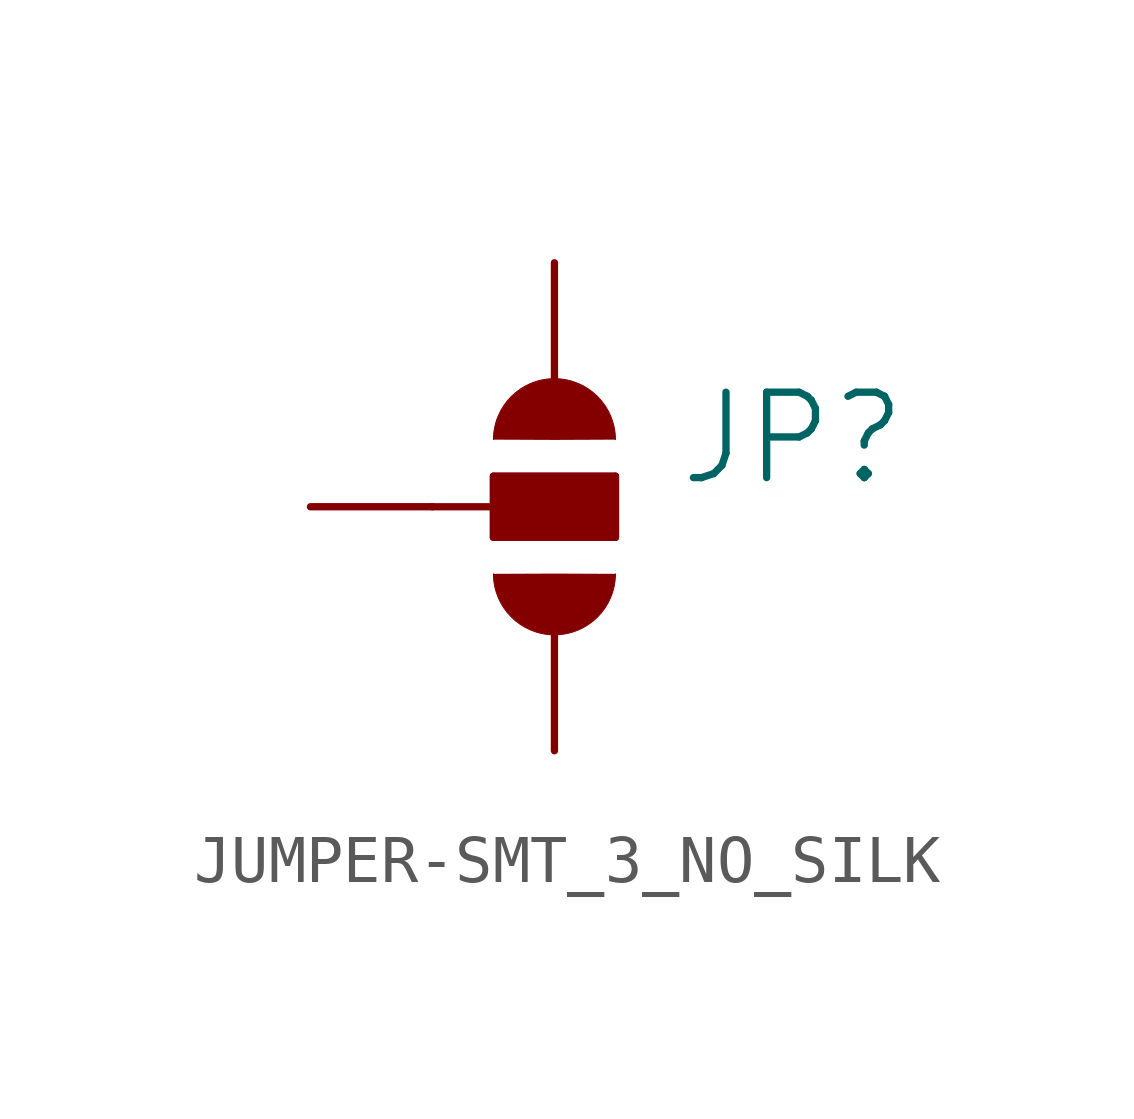
<source format=kicad_sym>
(kicad_symbol_lib
  (version 20220914)
  (generator kicad_symbol_editor)
  (symbol "JUMPER-SMT_3_NO_SILK"
    (property "Reference" "JP"
      (at 2.54 0.381 0)
      (effects (font (size 1.778 1.778)) (justify left bottom)))
    (property "Value" ""
      (at 2.54 -0.381 0)
      (effects (font (size 1.778 1.778)) (justify left top)))
    (property "ki_locked" ""
      (at 0 0 0)
      (effects (font (size 1.27 1.27))))
    (symbol "JUMPER-SMT_3_NO_SILK_1_0"
      (arc (start -1.27 -1.397) (mid 0 -2.667) (end 1.27 -1.397) (stroke (width 0.0001) (type solid)) (fill (type outline)))
      (rectangle (start -1.27 -0.635) (end 1.27 0.635) (stroke (width 0) (type default)) (fill (type outline)))
      (polyline (pts (xy -2.54 0) (xy -1.27 0)) (stroke (width 0.152) (type solid)) (fill (type none)))
      (polyline (pts (xy -1.27 -0.635) (xy -1.27 0)) (stroke (width 0.152) (type solid)) (fill (type none)))
      (polyline (pts (xy -1.27 0) (xy -1.27 0.635)) (stroke (width 0.152) (type solid)) (fill (type none)))
      (polyline (pts (xy -1.27 0.635) (xy 1.27 0.635)) (stroke (width 0.152) (type solid)) (fill (type none)))
      (polyline (pts (xy 1.27 -0.635) (xy -1.27 -0.635)) (stroke (width 0.152) (type solid)) (fill (type none)))
      (polyline (pts (xy 1.27 0.635) (xy 1.27 -0.635)) (stroke (width 0.152) (type solid)) (fill (type none)))
      (arc (start 1.27 1.397) (mid 0 2.667) (end -1.27 1.397) (stroke (width 0.0001) (type solid)) (fill (type outline)))
      (pin passive line (at 0 5.08 270) (length 2.54) (name "1" (effects (font (size 0 0)))) (number "1" (effects (font (size 0 0)))))
      (pin passive line (at -5.08 0 0) (length 2.54) (name "2" (effects (font (size 0 0)))) (number "2" (effects (font (size 0 0)))))
      (pin passive line (at 0 -5.08 90) (length 2.54) (name "3" (effects (font (size 0 0)))) (number "3" (effects (font (size 0 0))))))))
</source>
